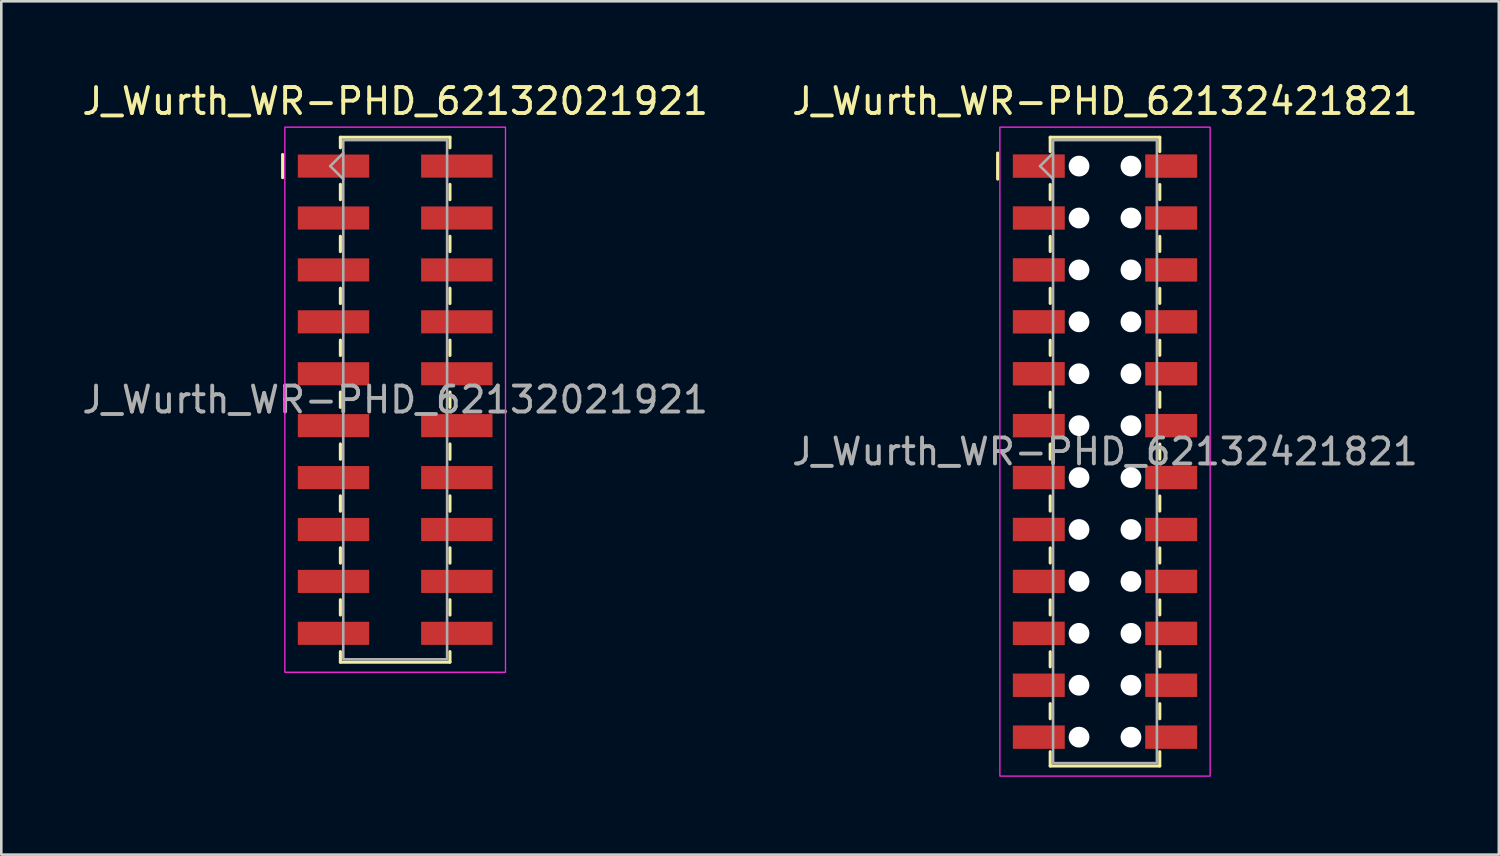
<source format=kicad_pcb>
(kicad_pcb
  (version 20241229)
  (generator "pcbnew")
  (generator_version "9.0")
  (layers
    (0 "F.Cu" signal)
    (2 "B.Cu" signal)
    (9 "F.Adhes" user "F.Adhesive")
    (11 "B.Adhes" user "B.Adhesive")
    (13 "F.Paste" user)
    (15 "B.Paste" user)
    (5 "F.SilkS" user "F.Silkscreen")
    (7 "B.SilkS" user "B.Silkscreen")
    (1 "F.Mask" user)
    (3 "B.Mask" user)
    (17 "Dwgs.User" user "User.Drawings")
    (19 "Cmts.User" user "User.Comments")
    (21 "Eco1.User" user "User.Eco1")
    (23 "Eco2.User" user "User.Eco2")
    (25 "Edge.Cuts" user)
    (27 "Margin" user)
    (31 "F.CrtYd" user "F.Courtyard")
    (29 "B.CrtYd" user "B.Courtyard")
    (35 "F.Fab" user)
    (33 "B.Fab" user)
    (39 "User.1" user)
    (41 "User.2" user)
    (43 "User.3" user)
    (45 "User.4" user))
  (footprint "J_Wurth_WR-PHD_62132421821"
    (layer "F.Cu")
    (at 39.518 14.348)
    (property "Reference" "J_Wurth_WR-PHD_62132421821" (at 0 -13.5 0) (unlocked yes) (layer "F.SilkS") (effects (font (size 1 1) (thickness 0.15))))
    (attr smd)
    (fp_line (start -4.135 -11.5) (end -4.135 -10.5) (stroke (width 0.12) (type solid)) (layer "F.SilkS"))
    (fp_line (start -2.11 -12.11) (end -2.11 -11.56) (stroke (width 0.12) (type solid)) (layer "F.SilkS"))
    (fp_line (start -2.11 -10.29) (end -2.11 -9.71) (stroke (width 0.12) (type solid)) (layer "F.SilkS"))
    (fp_line (start -2.11 -8.29) (end -2.11 -7.71) (stroke (width 0.12) (type solid)) (layer "F.SilkS"))
    (fp_line (start -2.11 -6.29) (end -2.11 -5.71) (stroke (width 0.12) (type solid)) (layer "F.SilkS"))
    (fp_line (start -2.11 -4.29) (end -2.11 -3.71) (stroke (width 0.12) (type solid)) (layer "F.SilkS"))
    (fp_line (start -2.11 -2.29) (end -2.11 -1.71) (stroke (width 0.12) (type solid)) (layer "F.SilkS"))
    (fp_line (start -2.11 -0.29) (end -2.11 0.29) (stroke (width 0.12) (type solid)) (layer "F.SilkS"))
    (fp_line (start -2.11 1.71) (end -2.11 2.29) (stroke (width 0.12) (type solid)) (layer "F.SilkS"))
    (fp_line (start -2.11 3.71) (end -2.11 4.29) (stroke (width 0.12) (type solid)) (layer "F.SilkS"))
    (fp_line (start -2.11 5.71) (end -2.11 6.29) (stroke (width 0.12) (type solid)) (layer "F.SilkS"))
    (fp_line (start -2.11 7.71) (end -2.11 8.29) (stroke (width 0.12) (type solid)) (layer "F.SilkS"))
    (fp_line (start -2.11 9.71) (end -2.11 10.29) (stroke (width 0.12) (type solid)) (layer "F.SilkS"))
    (fp_line (start -2.11 11.56) (end -2.11 12.11) (stroke (width 0.12) (type solid)) (layer "F.SilkS"))
    (fp_line (start -2.11 12.11) (end 2.11 12.11) (stroke (width 0.12) (type solid)) (layer "F.SilkS"))
    (fp_line (start 2.11 -12.11) (end -2.11 -12.11) (stroke (width 0.12) (type solid)) (layer "F.SilkS"))
    (fp_line (start 2.11 -12.11) (end 2.11 -11.56) (stroke (width 0.12) (type solid)) (layer "F.SilkS"))
    (fp_line (start 2.11 -10.29) (end 2.11 -9.71) (stroke (width 0.12) (type solid)) (layer "F.SilkS"))
    (fp_line (start 2.11 -8.29) (end 2.11 -7.71) (stroke (width 0.12) (type solid)) (layer "F.SilkS"))
    (fp_line (start 2.11 -6.29) (end 2.11 -5.71) (stroke (width 0.12) (type solid)) (layer "F.SilkS"))
    (fp_line (start 2.11 -4.29) (end 2.11 -3.71) (stroke (width 0.12) (type solid)) (layer "F.SilkS"))
    (fp_line (start 2.11 -2.29) (end 2.11 -1.71) (stroke (width 0.12) (type solid)) (layer "F.SilkS"))
    (fp_line (start 2.11 -0.29) (end 2.11 0.29) (stroke (width 0.12) (type solid)) (layer "F.SilkS"))
    (fp_line (start 2.11 1.71) (end 2.11 2.29) (stroke (width 0.12) (type solid)) (layer "F.SilkS"))
    (fp_line (start 2.11 3.71) (end 2.11 4.29) (stroke (width 0.12) (type solid)) (layer "F.SilkS"))
    (fp_line (start 2.11 5.71) (end 2.11 6.29) (stroke (width 0.12) (type solid)) (layer "F.SilkS"))
    (fp_line (start 2.11 7.71) (end 2.11 8.29) (stroke (width 0.12) (type solid)) (layer "F.SilkS"))
    (fp_line (start 2.11 9.71) (end 2.11 10.29) (stroke (width 0.12) (type solid)) (layer "F.SilkS"))
    (fp_line (start 2.11 11.56) (end 2.11 12.11) (stroke (width 0.12) (type solid)) (layer "F.SilkS"))
    (fp_rect (start -4.05 -12.5) (end 4.05 12.5) (stroke (width 0.05) (type solid)) (fill no) (layer "F.CrtYd"))
    (fp_line (start -2.5 -11) (end -2 -10.5) (stroke (width 0.1) (type default)) (layer "F.Fab"))
    (fp_line (start -2 -11.5) (end -2.5 -11) (stroke (width 0.1) (type default)) (layer "F.Fab"))
    (fp_rect (start -2 -12) (end 2 12) (stroke (width 0.1) (type solid)) (fill no) (layer "F.Fab"))
    (fp_text user "${REFERENCE}" (at 0 0 0) (unlocked yes) (layer "F.Fab") (effects (font (size 1 1) (thickness 0.15))))
    (pad "" np_thru_hole circle (at -1 -11 270) (size 0.8 0.8) (drill 0.8) (layers "*.Cu" "*.Mask"))
    (pad "" np_thru_hole circle (at -1 -9 270) (size 0.8 0.8) (drill 0.8) (layers "*.Cu" "*.Mask"))
    (pad "" np_thru_hole circle (at -1 -7 270) (size 0.8 0.8) (drill 0.8) (layers "*.Cu" "*.Mask"))
    (pad "" np_thru_hole circle (at -1 -5 270) (size 0.8 0.8) (drill 0.8) (layers "*.Cu" "*.Mask"))
    (pad "" np_thru_hole circle (at -1 -3 270) (size 0.8 0.8) (drill 0.8) (layers "*.Cu" "*.Mask"))
    (pad "" np_thru_hole circle (at -1 -1 270) (size 0.8 0.8) (drill 0.8) (layers "*.Cu" "*.Mask"))
    (pad "" np_thru_hole circle (at -1 1 270) (size 0.8 0.8) (drill 0.8) (layers "*.Cu" "*.Mask"))
    (pad "" np_thru_hole circle (at -1 3 270) (size 0.8 0.8) (drill 0.8) (layers "*.Cu" "*.Mask"))
    (pad "" np_thru_hole circle (at -1 5 270) (size 0.8 0.8) (drill 0.8) (layers "*.Cu" "*.Mask"))
    (pad "" np_thru_hole circle (at -1 7 270) (size 0.8 0.8) (drill 0.8) (layers "*.Cu" "*.Mask"))
    (pad "" np_thru_hole circle (at -1 9 270) (size 0.8 0.8) (drill 0.8) (layers "*.Cu" "*.Mask"))
    (pad "" np_thru_hole circle (at -1 11 270) (size 0.8 0.8) (drill 0.8) (layers "*.Cu" "*.Mask"))
    (pad "" np_thru_hole circle (at 1 -11 270) (size 0.8 0.8) (drill 0.8) (layers "*.Cu" "*.Mask"))
    (pad "" np_thru_hole circle (at 1 -9 270) (size 0.8 0.8) (drill 0.8) (layers "*.Cu" "*.Mask"))
    (pad "" np_thru_hole circle (at 1 -7 270) (size 0.8 0.8) (drill 0.8) (layers "*.Cu" "*.Mask"))
    (pad "" np_thru_hole circle (at 1 -5 270) (size 0.8 0.8) (drill 0.8) (layers "*.Cu" "*.Mask"))
    (pad "" np_thru_hole circle (at 1 -3 270) (size 0.8 0.8) (drill 0.8) (layers "*.Cu" "*.Mask"))
    (pad "" np_thru_hole circle (at 1 -1 270) (size 0.8 0.8) (drill 0.8) (layers "*.Cu" "*.Mask"))
    (pad "" np_thru_hole circle (at 1 1 270) (size 0.8 0.8) (drill 0.8) (layers "*.Cu" "*.Mask"))
    (pad "" np_thru_hole circle (at 1 3 270) (size 0.8 0.8) (drill 0.8) (layers "*.Cu" "*.Mask"))
    (pad "" np_thru_hole circle (at 1 5 270) (size 0.8 0.8) (drill 0.8) (layers "*.Cu" "*.Mask"))
    (pad "" np_thru_hole circle (at 1 7 270) (size 0.8 0.8) (drill 0.8) (layers "*.Cu" "*.Mask"))
    (pad "" np_thru_hole circle (at 1 9 270) (size 0.8 0.8) (drill 0.8) (layers "*.Cu" "*.Mask"))
    (pad "" np_thru_hole circle (at 1 11 270) (size 0.8 0.8) (drill 0.8) (layers "*.Cu" "*.Mask"))
    (pad "1" smd rect (at -2.55 -11 270) (size 0.9 2) (layers "F.Cu" "F.Mask" "F.Paste"))
    (pad "2" smd rect (at 2.55 -11 270) (size 0.9 2) (layers "F.Cu" "F.Mask" "F.Paste"))
    (pad "3" smd rect (at -2.55 -9 270) (size 0.9 2) (layers "F.Cu" "F.Mask" "F.Paste"))
    (pad "4" smd rect (at 2.55 -9 270) (size 0.9 2) (layers "F.Cu" "F.Mask" "F.Paste"))
    (pad "5" smd rect (at -2.55 -7 270) (size 0.9 2) (layers "F.Cu" "F.Mask" "F.Paste"))
    (pad "6" smd rect (at 2.55 -7 270) (size 0.9 2) (layers "F.Cu" "F.Mask" "F.Paste"))
    (pad "7" smd rect (at -2.55 -5 270) (size 0.9 2) (layers "F.Cu" "F.Mask" "F.Paste"))
    (pad "8" smd rect (at 2.55 -5 270) (size 0.9 2) (layers "F.Cu" "F.Mask" "F.Paste"))
    (pad "9" smd rect (at -2.55 -3 270) (size 0.9 2) (layers "F.Cu" "F.Mask" "F.Paste"))
    (pad "10" smd rect (at 2.55 -3 270) (size 0.9 2) (layers "F.Cu" "F.Mask" "F.Paste"))
    (pad "11" smd rect (at -2.55 -1 270) (size 0.9 2) (layers "F.Cu" "F.Mask" "F.Paste"))
    (pad "12" smd rect (at 2.55 -1 270) (size 0.9 2) (layers "F.Cu" "F.Mask" "F.Paste"))
    (pad "13" smd rect (at -2.55 1 270) (size 0.9 2) (layers "F.Cu" "F.Mask" "F.Paste"))
    (pad "14" smd rect (at 2.55 1 270) (size 0.9 2) (layers "F.Cu" "F.Mask" "F.Paste"))
    (pad "15" smd rect (at -2.55 3 270) (size 0.9 2) (layers "F.Cu" "F.Mask" "F.Paste"))
    (pad "16" smd rect (at 2.55 3 270) (size 0.9 2) (layers "F.Cu" "F.Mask" "F.Paste"))
    (pad "17" smd rect (at -2.55 5 270) (size 0.9 2) (layers "F.Cu" "F.Mask" "F.Paste"))
    (pad "18" smd rect (at 2.55 5 270) (size 0.9 2) (layers "F.Cu" "F.Mask" "F.Paste"))
    (pad "19" smd rect (at -2.55 7 270) (size 0.9 2) (layers "F.Cu" "F.Mask" "F.Paste"))
    (pad "20" smd rect (at 2.55 7 270) (size 0.9 2) (layers "F.Cu" "F.Mask" "F.Paste"))
    (pad "21" smd rect (at -2.55 9 270) (size 0.9 2) (layers "F.Cu" "F.Mask" "F.Paste"))
    (pad "22" smd rect (at 2.55 9 270) (size 0.9 2) (layers "F.Cu" "F.Mask" "F.Paste"))
    (pad "23" smd rect (at -2.55 11 270) (size 0.9 2) (layers "F.Cu" "F.Mask" "F.Paste"))
    (pad "24" smd rect (at 2.55 11 270) (size 0.9 2) (layers "F.Cu" "F.Mask" "F.Paste")))
  (footprint "J_Wurth_WR-PHD_62132021921"
    (layer "F.Cu")
    (at 12.173 12.348)
    (property "Reference" "J_Wurth_WR-PHD_62132021921" (at 0 -11.5 0) (unlocked yes) (layer "F.SilkS") (effects (font (size 1 1) (thickness 0.15))))
    (attr smd)
    (fp_line (start -4.335 -9.445) (end -4.335 -8.555) (stroke (width 0.12) (type solid)) (layer "F.SilkS"))
    (fp_line (start -2.11 -10.11) (end -2.11 -9.705) (stroke (width 0.12) (type solid)) (layer "F.SilkS"))
    (fp_line (start -2.11 -8.295) (end -2.11 -7.705) (stroke (width 0.12) (type solid)) (layer "F.SilkS"))
    (fp_line (start -2.11 -6.295) (end -2.11 -5.705) (stroke (width 0.12) (type solid)) (layer "F.SilkS"))
    (fp_line (start -2.11 -4.295) (end -2.11 -3.705) (stroke (width 0.12) (type solid)) (layer "F.SilkS"))
    (fp_line (start -2.11 -2.295) (end -2.11 -1.705) (stroke (width 0.12) (type solid)) (layer "F.SilkS"))
    (fp_line (start -2.11 -0.295) (end -2.11 0.295) (stroke (width 0.12) (type solid)) (layer "F.SilkS"))
    (fp_line (start -2.11 1.705) (end -2.11 2.295) (stroke (width 0.12) (type solid)) (layer "F.SilkS"))
    (fp_line (start -2.11 3.705) (end -2.11 4.295) (stroke (width 0.12) (type solid)) (layer "F.SilkS"))
    (fp_line (start -2.11 5.705) (end -2.11 6.295) (stroke (width 0.12) (type solid)) (layer "F.SilkS"))
    (fp_line (start -2.11 7.705) (end -2.11 8.295) (stroke (width 0.12) (type solid)) (layer "F.SilkS"))
    (fp_line (start -2.11 9.705) (end -2.11 10.11) (stroke (width 0.12) (type solid)) (layer "F.SilkS"))
    (fp_line (start 2.11 -10.11) (end -2.11 -10.11) (stroke (width 0.12) (type solid)) (layer "F.SilkS"))
    (fp_line (start 2.11 -10.11) (end 2.11 -9.705) (stroke (width 0.12) (type solid)) (layer "F.SilkS"))
    (fp_line (start 2.11 -8.295) (end 2.11 -7.705) (stroke (width 0.12) (type solid)) (layer "F.SilkS"))
    (fp_line (start 2.11 -6.295) (end 2.11 -5.705) (stroke (width 0.12) (type solid)) (layer "F.SilkS"))
    (fp_line (start 2.11 -4.295) (end 2.11 -3.705) (stroke (width 0.12) (type solid)) (layer "F.SilkS"))
    (fp_line (start 2.11 -2.295) (end 2.11 -1.705) (stroke (width 0.12) (type solid)) (layer "F.SilkS"))
    (fp_line (start 2.11 -0.295) (end 2.11 0.295) (stroke (width 0.12) (type solid)) (layer "F.SilkS"))
    (fp_line (start 2.11 1.705) (end 2.11 2.295) (stroke (width 0.12) (type solid)) (layer "F.SilkS"))
    (fp_line (start 2.11 3.705) (end 2.11 4.295) (stroke (width 0.12) (type solid)) (layer "F.SilkS"))
    (fp_line (start 2.11 5.705) (end 2.11 6.295) (stroke (width 0.12) (type solid)) (layer "F.SilkS"))
    (fp_line (start 2.11 7.705) (end 2.11 8.295) (stroke (width 0.12) (type solid)) (layer "F.SilkS"))
    (fp_line (start 2.11 9.705) (end 2.11 10.11) (stroke (width 0.12) (type solid)) (layer "F.SilkS"))
    (fp_line (start 2.11 10.11) (end -2.11 10.11) (stroke (width 0.12) (type solid)) (layer "F.SilkS"))
    (fp_rect (start -4.25 -10.5) (end 4.25 10.5) (stroke (width 0.05) (type solid)) (fill no) (layer "F.CrtYd"))
    (fp_line (start -2.5 -9) (end -2 -8.5) (stroke (width 0.1) (type default)) (layer "F.Fab"))
    (fp_line (start -2 -9.5) (end -2.5 -9) (stroke (width 0.1) (type default)) (layer "F.Fab"))
    (fp_rect (start -2 -10) (end 2 10) (stroke (width 0.1) (type solid)) (fill no) (layer "F.Fab"))
    (fp_text user "${REFERENCE}" (at 0 0 0) (unlocked yes) (layer "F.Fab") (effects (font (size 1 1) (thickness 0.15))))
    (pad "1" smd rect (at -2.375 -9 270) (size 0.89 2.75) (layers "F.Cu" "F.Mask" "F.Paste"))
    (pad "2" smd rect (at 2.375 -9 270) (size 0.89 2.75) (layers "F.Cu" "F.Mask" "F.Paste"))
    (pad "3" smd rect (at -2.375 -7 270) (size 0.89 2.75) (layers "F.Cu" "F.Mask" "F.Paste"))
    (pad "4" smd rect (at 2.375 -7 270) (size 0.89 2.75) (layers "F.Cu" "F.Mask" "F.Paste"))
    (pad "5" smd rect (at -2.375 -5 270) (size 0.89 2.75) (layers "F.Cu" "F.Mask" "F.Paste"))
    (pad "6" smd rect (at 2.375 -5 270) (size 0.89 2.75) (layers "F.Cu" "F.Mask" "F.Paste"))
    (pad "7" smd rect (at -2.375 -3 270) (size 0.89 2.75) (layers "F.Cu" "F.Mask" "F.Paste"))
    (pad "8" smd rect (at 2.375 -3 270) (size 0.89 2.75) (layers "F.Cu" "F.Mask" "F.Paste"))
    (pad "9" smd rect (at -2.375 -1 270) (size 0.89 2.75) (layers "F.Cu" "F.Mask" "F.Paste"))
    (pad "10" smd rect (at 2.375 -1 270) (size 0.89 2.75) (layers "F.Cu" "F.Mask" "F.Paste"))
    (pad "11" smd rect (at -2.375 1 270) (size 0.89 2.75) (layers "F.Cu" "F.Mask" "F.Paste"))
    (pad "12" smd rect (at 2.375 1 270) (size 0.89 2.75) (layers "F.Cu" "F.Mask" "F.Paste"))
    (pad "13" smd rect (at -2.375 3 270) (size 0.89 2.75) (layers "F.Cu" "F.Mask" "F.Paste"))
    (pad "14" smd rect (at 2.375 3 270) (size 0.89 2.75) (layers "F.Cu" "F.Mask" "F.Paste"))
    (pad "15" smd rect (at -2.375 5 270) (size 0.89 2.75) (layers "F.Cu" "F.Mask" "F.Paste"))
    (pad "16" smd rect (at 2.375 5 270) (size 0.89 2.75) (layers "F.Cu" "F.Mask" "F.Paste"))
    (pad "17" smd rect (at -2.375 7 270) (size 0.89 2.75) (layers "F.Cu" "F.Mask" "F.Paste"))
    (pad "18" smd rect (at 2.375 7 270) (size 0.89 2.75) (layers "F.Cu" "F.Mask" "F.Paste"))
    (pad "19" smd rect (at -2.375 9 270) (size 0.89 2.75) (layers "F.Cu" "F.Mask" "F.Paste"))
    (pad "20" smd rect (at 2.375 9 270) (size 0.89 2.75) (layers "F.Cu" "F.Mask" "F.Paste")))
  (gr_rect
    (start -3 -3)
    (end 54.69 29.873)
    (stroke (width 0.1) (type default))
    (fill no)
    (layer "Edge.Cuts")))
</source>
